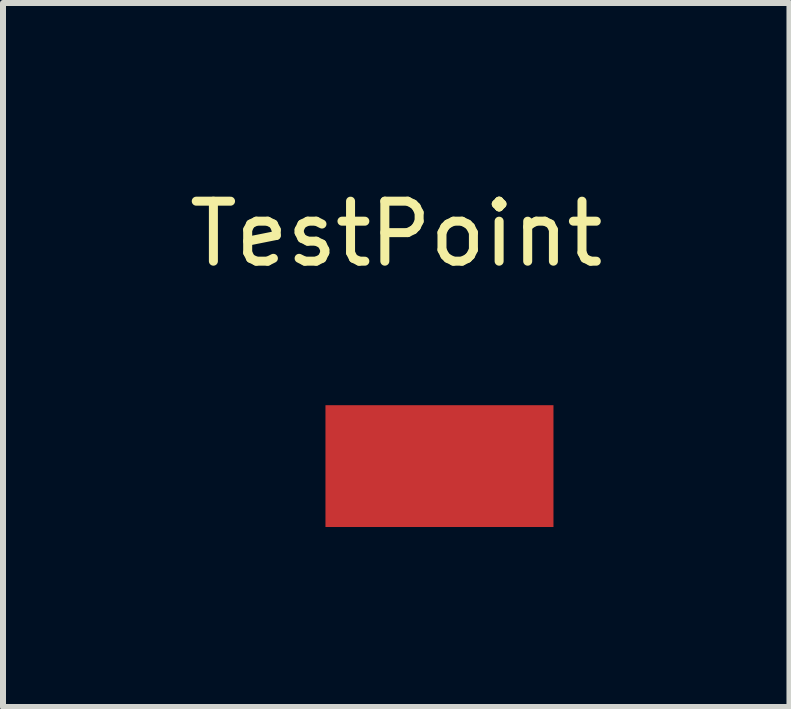
<source format=kicad_pcb>
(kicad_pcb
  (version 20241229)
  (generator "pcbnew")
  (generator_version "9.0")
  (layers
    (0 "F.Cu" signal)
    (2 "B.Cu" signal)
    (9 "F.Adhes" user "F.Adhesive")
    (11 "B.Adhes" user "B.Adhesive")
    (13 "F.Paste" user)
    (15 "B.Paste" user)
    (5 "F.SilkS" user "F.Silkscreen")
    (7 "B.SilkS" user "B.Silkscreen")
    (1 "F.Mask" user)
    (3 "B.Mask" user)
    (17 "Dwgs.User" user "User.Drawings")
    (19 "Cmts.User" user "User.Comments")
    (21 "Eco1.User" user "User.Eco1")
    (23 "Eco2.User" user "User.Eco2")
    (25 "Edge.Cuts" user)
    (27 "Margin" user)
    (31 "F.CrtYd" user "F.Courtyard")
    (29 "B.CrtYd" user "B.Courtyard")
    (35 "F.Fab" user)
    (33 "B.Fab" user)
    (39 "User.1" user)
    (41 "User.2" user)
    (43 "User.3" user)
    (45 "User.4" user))
  (footprint "TestPoint"
    (layer "F.Cu")
    (at 3.554 4.658)
    (property "Reference" "TestPoint" (at 0 -3.81 0) (layer "F.SilkS") (effects (font (size 1 1) (thickness 0.15))))
    (attr smd)
    (pad "1" smd rect (at 0.72 0.06) (size 3.8 2.03) (layers "F.Cu" "F.Mask" "F.Paste")))
  (gr_rect
    (start -3 -3)
    (end 10.107 8.733)
    (stroke (width 0.1) (type default))
    (fill no)
    (layer "Edge.Cuts")))
</source>
